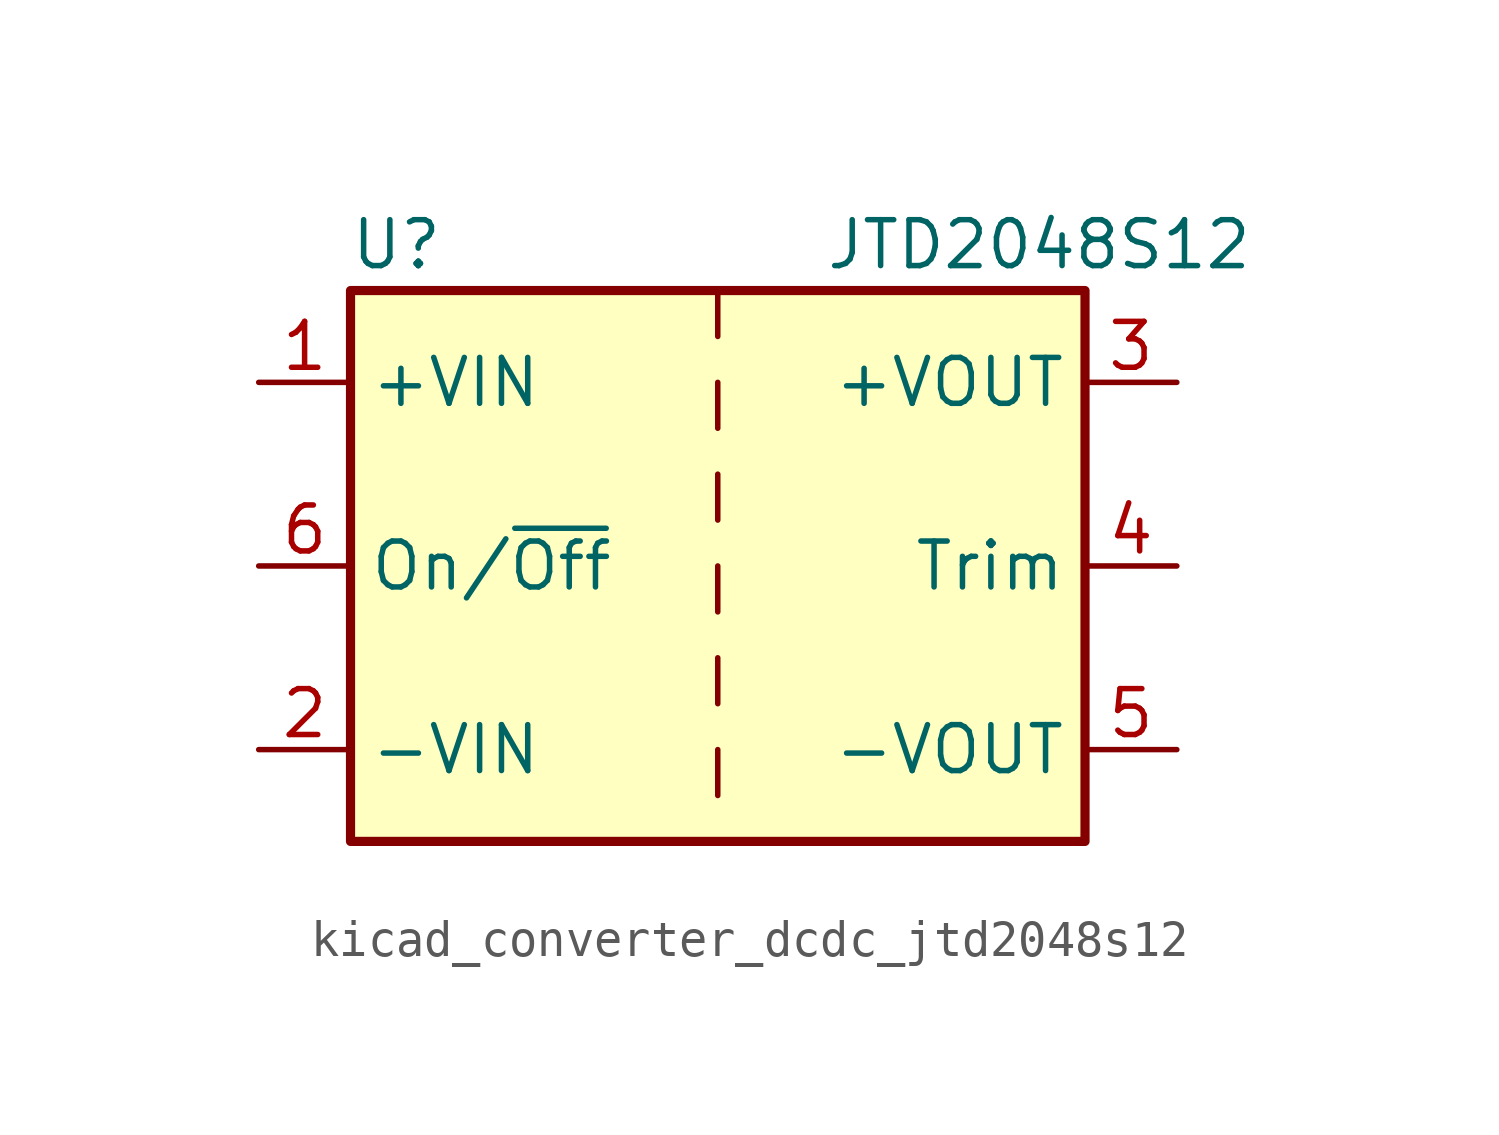
<source format=kicad_sym>
(kicad_symbol_lib
  (version 20220914)
  (generator kicad_symbol_editor)
  (symbol "kicad_converter_dcdc_jtd2048s12"
    (property "Reference" "U"
      (at -8.89 8.89 0)
      (effects (font (size 1.27 1.27))))
    (property "Value" "JTD2048S12"
      (at 8.89 8.89 0)
      (effects (font (size 1.27 1.27))))
    (symbol "kicad_converter_dcdc_jtd2048s12_0_1"
      (rectangle (start -10.16 7.62) (end 10.16 -7.62) (stroke (width 0.254) (type default)) (fill (type background)))
      (polyline (pts (xy 0 -5.08) (xy 0 -6.35)) (stroke (width 0) (type default)) (fill (type none)))
      (polyline (pts (xy 0 -2.54) (xy 0 -3.81)) (stroke (width 0) (type default)) (fill (type none)))
      (polyline (pts (xy 0 0) (xy 0 -1.27)) (stroke (width 0) (type default)) (fill (type none)))
      (polyline (pts (xy 0 2.54) (xy 0 1.27)) (stroke (width 0) (type default)) (fill (type none)))
      (polyline (pts (xy 0 5.08) (xy 0 3.81)) (stroke (width 0) (type default)) (fill (type none)))
      (polyline (pts (xy 0 7.62) (xy 0 6.35)) (stroke (width 0) (type default)) (fill (type none))))
    (symbol "kicad_converter_dcdc_jtd2048s12_1_1"
      (pin power_in line (at -12.7 5.08 0) (length 2.54) (name "+VIN" (effects (font (size 1.27 1.27)))) (number "1" (effects (font (size 1.27 1.27)))))
      (pin power_in line (at -12.7 -5.08 0) (length 2.54) (name "-VIN" (effects (font (size 1.27 1.27)))) (number "2" (effects (font (size 1.27 1.27)))))
      (pin power_out line (at 12.7 5.08 180) (length 2.54) (name "+VOUT" (effects (font (size 1.27 1.27)))) (number "3" (effects (font (size 1.27 1.27)))))
      (pin input line (at 12.7 0 180) (length 2.54) (name "Trim" (effects (font (size 1.27 1.27)))) (number "4" (effects (font (size 1.27 1.27)))))
      (pin power_out line (at 12.7 -5.08 180) (length 2.54) (name "-VOUT" (effects (font (size 1.27 1.27)))) (number "5" (effects (font (size 1.27 1.27)))))
      (pin input line (at -12.7 0 0) (length 2.54) (name "On/~{Off}" (effects (font (size 1.27 1.27)))) (number "6" (effects (font (size 1.27 1.27))))))))
</source>
